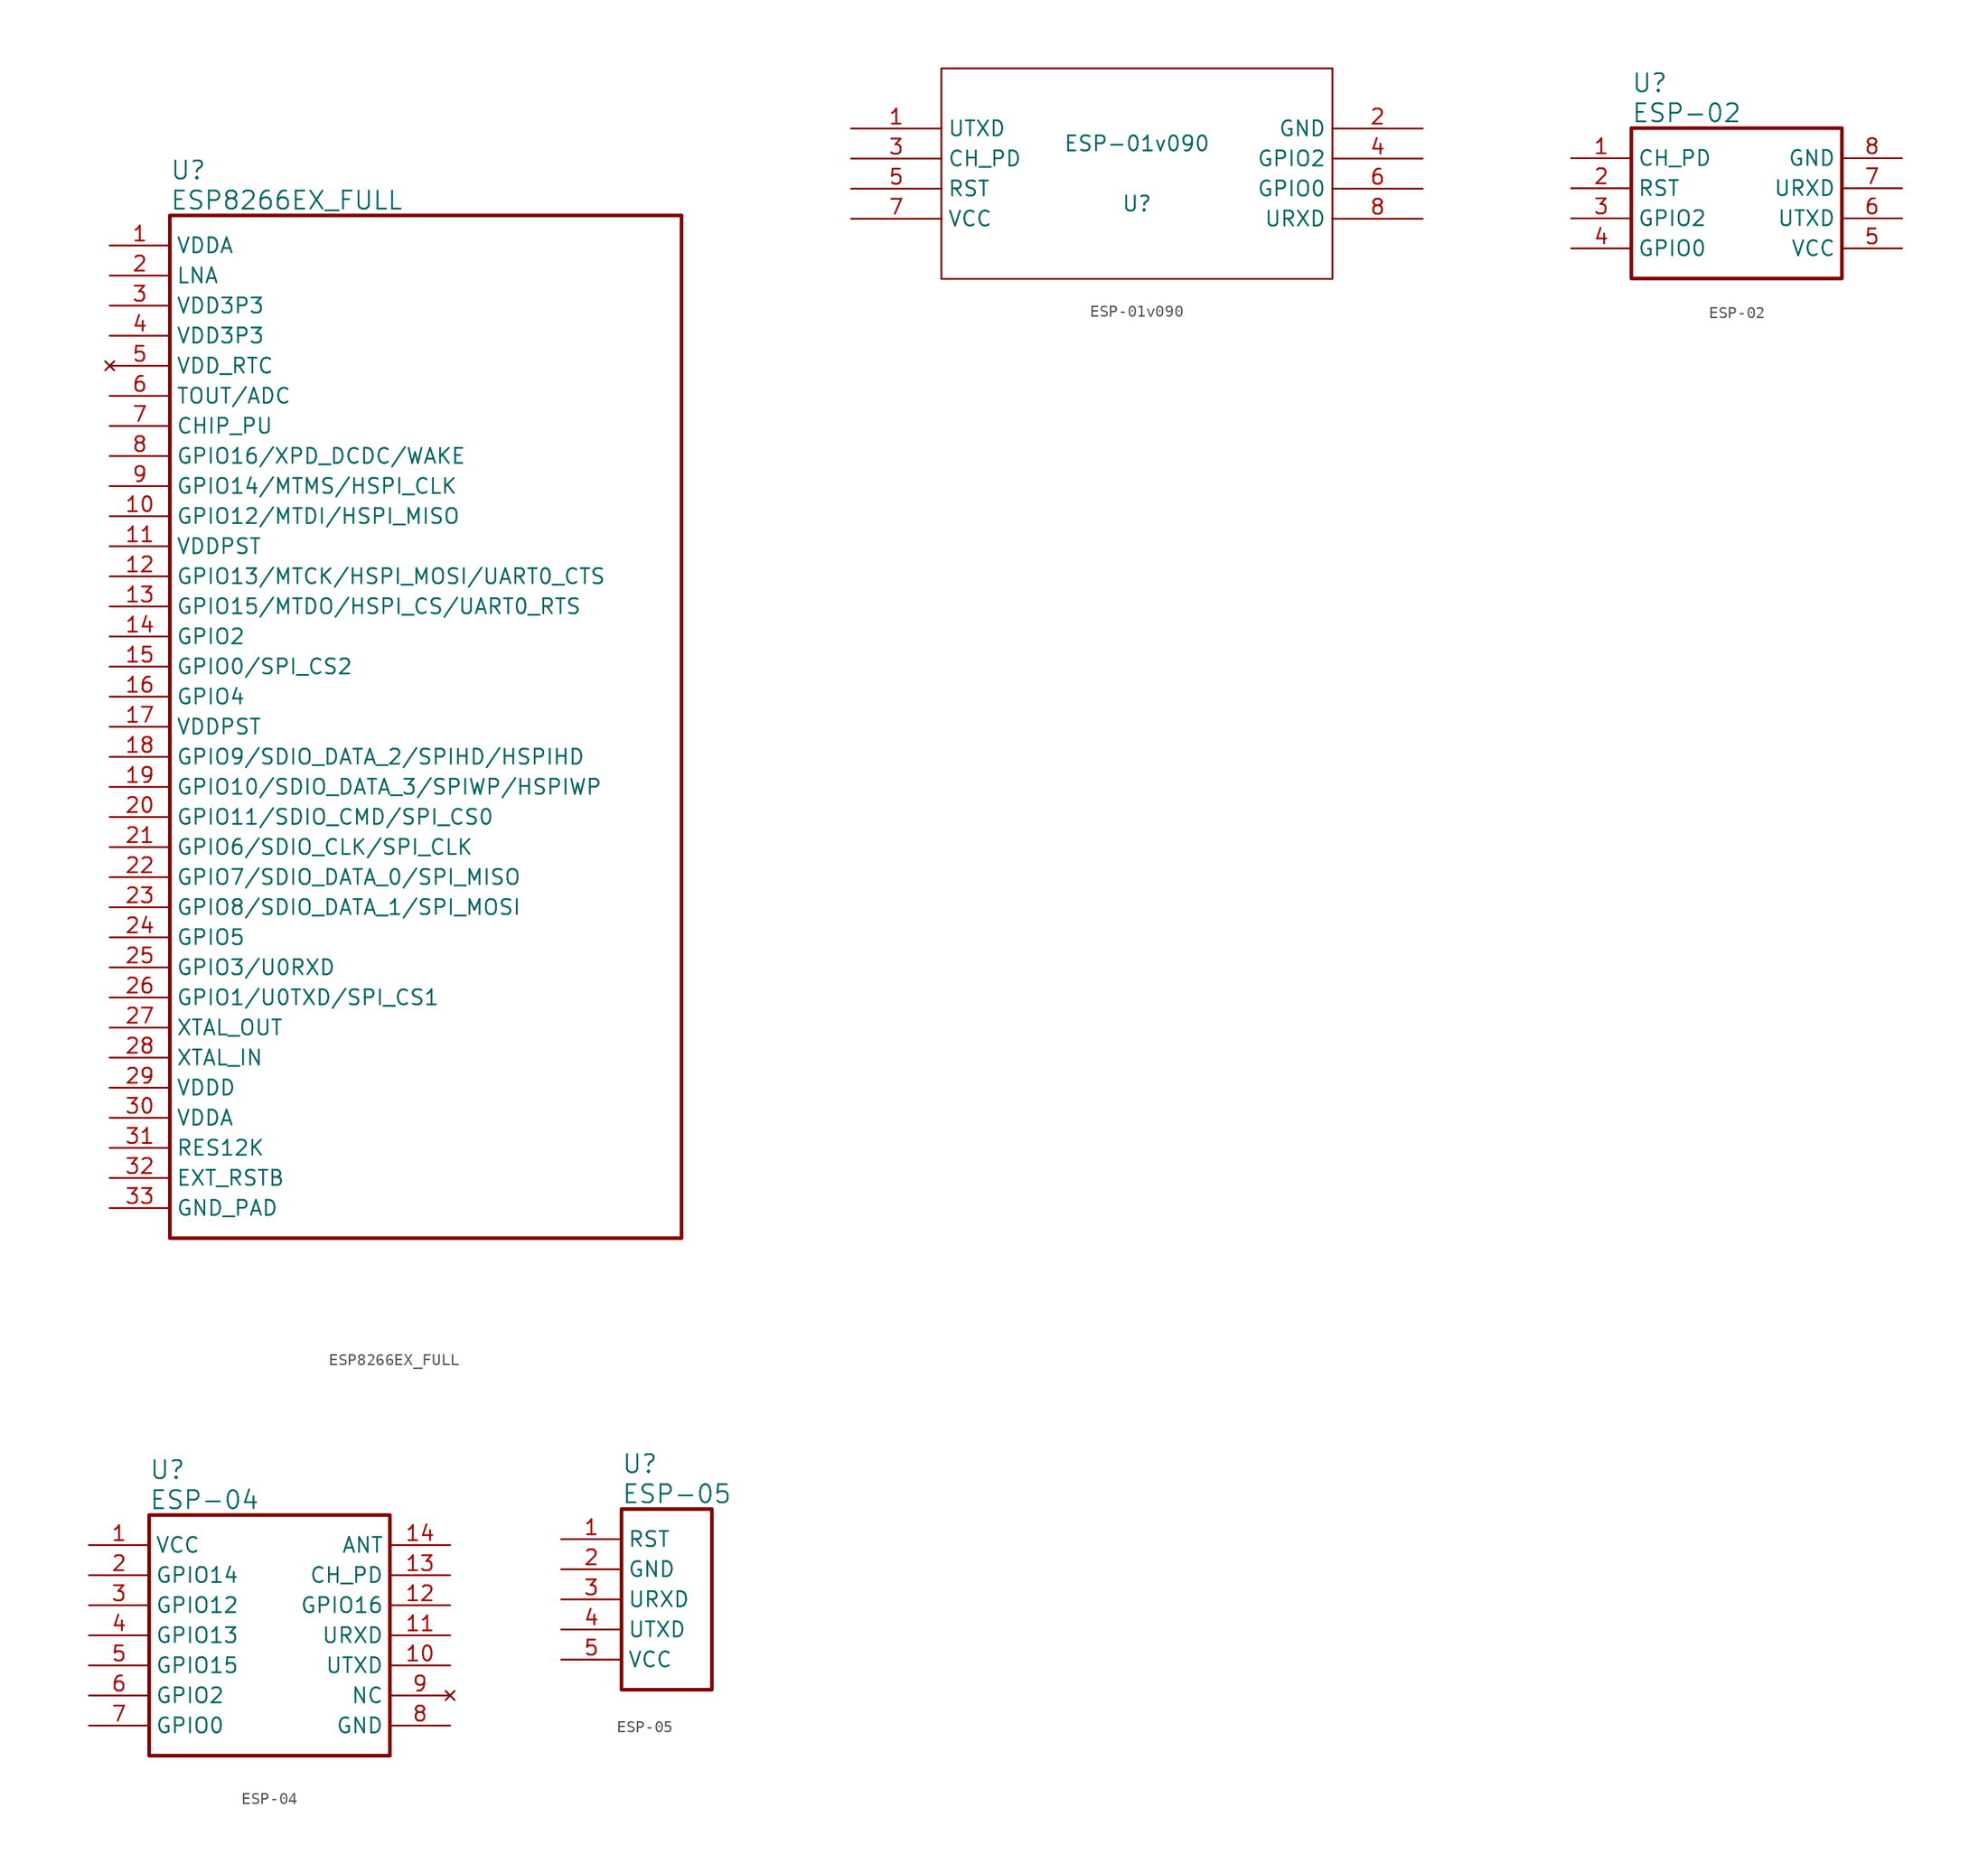
<source format=kicad_sym>
(kicad_symbol_lib
  (version 20220102)
  (generator kicad_symbol_editor)
  (symbol "ESP8266EX_FULL"
    (property "Reference" "U"
      (at 5.08 6.35 0)
      (effects (font (size 1.524 1.524)) (justify left)))
    (property "Value" "ESP8266EX_FULL"
      (at 5.08 3.81 0)
      (effects (font (size 1.524 1.524)) (justify left)))
    (property "ki_locked" ""
      (at 0 0 0)
      (effects (font (size 1.27 1.27))))
    (symbol "ESP8266EX_FULL_1_1"
      (rectangle (start 5.08 2.54) (end 48.26 -83.82) (stroke (width 0.305) (type default)) (fill (type none)))
      (pin power_in line (at 0 0 0) (length 5.08) (name "VDDA" (effects (font (size 1.27 1.27)))) (number "1" (effects (font (size 1.27 1.27)))))
      (pin bidirectional line (at 0 -22.86 0) (length 5.08) (name "GPIO12/MTDI/HSPI_MISO" (effects (font (size 1.27 1.27)))) (number "10" (effects (font (size 1.27 1.27)))))
      (pin power_in line (at 0 -25.4 0) (length 5.08) (name "VDDPST" (effects (font (size 1.27 1.27)))) (number "11" (effects (font (size 1.27 1.27)))))
      (pin bidirectional line (at 0 -27.94 0) (length 5.08) (name "GPIO13/MTCK/HSPI_MOSI/UART0_CTS" (effects (font (size 1.27 1.27)))) (number "12" (effects (font (size 1.27 1.27)))))
      (pin bidirectional line (at 0 -30.48 0) (length 5.08) (name "GPIO15/MTDO/HSPI_CS/UART0_RTS" (effects (font (size 1.27 1.27)))) (number "13" (effects (font (size 1.27 1.27)))))
      (pin bidirectional line (at 0 -33.02 0) (length 5.08) (name "GPIO2" (effects (font (size 1.27 1.27)))) (number "14" (effects (font (size 1.27 1.27)))))
      (pin bidirectional line (at 0 -35.56 0) (length 5.08) (name "GPIO0/SPI_CS2" (effects (font (size 1.27 1.27)))) (number "15" (effects (font (size 1.27 1.27)))))
      (pin bidirectional line (at 0 -38.1 0) (length 5.08) (name "GPIO4" (effects (font (size 1.27 1.27)))) (number "16" (effects (font (size 1.27 1.27)))))
      (pin power_in line (at 0 -40.64 0) (length 5.08) (name "VDDPST" (effects (font (size 1.27 1.27)))) (number "17" (effects (font (size 1.27 1.27)))))
      (pin bidirectional line (at 0 -43.18 0) (length 5.08) (name "GPIO9/SDIO_DATA_2/SPIHD/HSPIHD" (effects (font (size 1.27 1.27)))) (number "18" (effects (font (size 1.27 1.27)))))
      (pin bidirectional line (at 0 -45.72 0) (length 5.08) (name "GPIO10/SDIO_DATA_3/SPIWP/HSPIWP" (effects (font (size 1.27 1.27)))) (number "19" (effects (font (size 1.27 1.27)))))
      (pin passive line (at 0 -2.54 0) (length 5.08) (name "LNA" (effects (font (size 1.27 1.27)))) (number "2" (effects (font (size 1.27 1.27)))))
      (pin bidirectional line (at 0 -48.26 0) (length 5.08) (name "GPIO11/SDIO_CMD/SPI_CS0" (effects (font (size 1.27 1.27)))) (number "20" (effects (font (size 1.27 1.27)))))
      (pin bidirectional line (at 0 -50.8 0) (length 5.08) (name "GPIO6/SDIO_CLK/SPI_CLK" (effects (font (size 1.27 1.27)))) (number "21" (effects (font (size 1.27 1.27)))))
      (pin bidirectional line (at 0 -53.34 0) (length 5.08) (name "GPIO7/SDIO_DATA_0/SPI_MISO" (effects (font (size 1.27 1.27)))) (number "22" (effects (font (size 1.27 1.27)))))
      (pin bidirectional line (at 0 -55.88 0) (length 5.08) (name "GPIO8/SDIO_DATA_1/SPI_MOSI" (effects (font (size 1.27 1.27)))) (number "23" (effects (font (size 1.27 1.27)))))
      (pin bidirectional line (at 0 -58.42 0) (length 5.08) (name "GPIO5" (effects (font (size 1.27 1.27)))) (number "24" (effects (font (size 1.27 1.27)))))
      (pin bidirectional line (at 0 -60.96 0) (length 5.08) (name "GPIO3/U0RXD" (effects (font (size 1.27 1.27)))) (number "25" (effects (font (size 1.27 1.27)))))
      (pin bidirectional line (at 0 -63.5 0) (length 5.08) (name "GPIO1/U0TXD/SPI_CS1" (effects (font (size 1.27 1.27)))) (number "26" (effects (font (size 1.27 1.27)))))
      (pin bidirectional line (at 0 -66.04 0) (length 5.08) (name "XTAL_OUT" (effects (font (size 1.27 1.27)))) (number "27" (effects (font (size 1.27 1.27)))))
      (pin bidirectional line (at 0 -68.58 0) (length 5.08) (name "XTAL_IN" (effects (font (size 1.27 1.27)))) (number "28" (effects (font (size 1.27 1.27)))))
      (pin power_in line (at 0 -71.12 0) (length 5.08) (name "VDDD" (effects (font (size 1.27 1.27)))) (number "29" (effects (font (size 1.27 1.27)))))
      (pin power_in line (at 0 -5.08 0) (length 5.08) (name "VDD3P3" (effects (font (size 1.27 1.27)))) (number "3" (effects (font (size 1.27 1.27)))))
      (pin power_in line (at 0 -73.66 0) (length 5.08) (name "VDDA" (effects (font (size 1.27 1.27)))) (number "30" (effects (font (size 1.27 1.27)))))
      (pin input line (at 0 -76.2 0) (length 5.08) (name "RES12K" (effects (font (size 1.27 1.27)))) (number "31" (effects (font (size 1.27 1.27)))))
      (pin input line (at 0 -78.74 0) (length 5.08) (name "EXT_RSTB" (effects (font (size 1.27 1.27)))) (number "32" (effects (font (size 1.27 1.27)))))
      (pin power_in line (at 0 -81.28 0) (length 5.08) (name "GND_PAD" (effects (font (size 1.27 1.27)))) (number "33" (effects (font (size 1.27 1.27)))))
      (pin power_in line (at 0 -7.62 0) (length 5.08) (name "VDD3P3" (effects (font (size 1.27 1.27)))) (number "4" (effects (font (size 1.27 1.27)))))
      (pin no_connect line (at 0 -10.16 0) (length 5.08) (name "VDD_RTC" (effects (font (size 1.27 1.27)))) (number "5" (effects (font (size 1.27 1.27)))))
      (pin input line (at 0 -12.7 0) (length 5.08) (name "TOUT/ADC" (effects (font (size 1.27 1.27)))) (number "6" (effects (font (size 1.27 1.27)))))
      (pin input line (at 0 -15.24 0) (length 5.08) (name "CHIP_PU" (effects (font (size 1.27 1.27)))) (number "7" (effects (font (size 1.27 1.27)))))
      (pin bidirectional line (at 0 -17.78 0) (length 5.08) (name "GPIO16/XPD_DCDC/WAKE" (effects (font (size 1.27 1.27)))) (number "8" (effects (font (size 1.27 1.27)))))
      (pin bidirectional line (at 0 -20.32 0) (length 5.08) (name "GPIO14/MTMS/HSPI_CLK" (effects (font (size 1.27 1.27)))) (number "9" (effects (font (size 1.27 1.27)))))))
  (symbol "ESP-01v090"
    (property "Reference" "U"
      (at 0 -2.54 0)
      (effects (font (size 1.27 1.27))))
    (property "Value" "ESP-01v090"
      (at 0 2.54 0)
      (effects (font (size 1.27 1.27))))
    (symbol "ESP-01v090_1_0"
      (rectangle (start -16.51 -8.89) (end 16.51 8.89) (stroke (width 0) (type default)) (fill (type none))))
    (symbol "ESP-01v090_1_1"
      (pin output line (at -24.13 3.81 0) (length 7.62) (name "UTXD" (effects (font (size 1.27 1.27)))) (number "1" (effects (font (size 1.27 1.27)))))
      (pin power_in line (at 24.13 3.81 180) (length 7.62) (name "GND" (effects (font (size 1.27 1.27)))) (number "2" (effects (font (size 1.27 1.27)))))
      (pin input line (at -24.13 1.27 0) (length 7.62) (name "CH_PD" (effects (font (size 1.27 1.27)))) (number "3" (effects (font (size 1.27 1.27)))))
      (pin tri_state line (at 24.13 1.27 180) (length 7.62) (name "GPIO2" (effects (font (size 1.27 1.27)))) (number "4" (effects (font (size 1.27 1.27)))))
      (pin input line (at -24.13 -1.27 0) (length 7.62) (name "RST" (effects (font (size 1.27 1.27)))) (number "5" (effects (font (size 1.27 1.27)))))
      (pin tri_state line (at 24.13 -1.27 180) (length 7.62) (name "GPIO0" (effects (font (size 1.27 1.27)))) (number "6" (effects (font (size 1.27 1.27)))))
      (pin power_in line (at -24.13 -3.81 0) (length 7.62) (name "VCC" (effects (font (size 1.27 1.27)))) (number "7" (effects (font (size 1.27 1.27)))))
      (pin input line (at 24.13 -3.81 180) (length 7.62) (name "URXD" (effects (font (size 1.27 1.27)))) (number "8" (effects (font (size 1.27 1.27)))))))
  (symbol "ESP-02"
    (property "Reference" "U"
      (at 5.08 6.35 0)
      (effects (font (size 1.524 1.524)) (justify left)))
    (property "Value" "ESP-02"
      (at 5.08 3.81 0)
      (effects (font (size 1.524 1.524)) (justify left)))
    (property "ki_locked" ""
      (at 0 0 0)
      (effects (font (size 1.27 1.27))))
    (symbol "ESP-02_1_1"
      (rectangle (start 5.08 2.54) (end 22.86 -10.16) (stroke (width 0.305) (type default)) (fill (type none)))
      (pin input line (at 0 0 0) (length 5.08) (name "CH_PD" (effects (font (size 1.27 1.27)))) (number "1" (effects (font (size 1.27 1.27)))))
      (pin input line (at 0 -2.54 0) (length 5.08) (name "RST" (effects (font (size 1.27 1.27)))) (number "2" (effects (font (size 1.27 1.27)))))
      (pin bidirectional line (at 0 -5.08 0) (length 5.08) (name "GPIO2" (effects (font (size 1.27 1.27)))) (number "3" (effects (font (size 1.27 1.27)))))
      (pin bidirectional line (at 0 -7.62 0) (length 5.08) (name "GPIO0" (effects (font (size 1.27 1.27)))) (number "4" (effects (font (size 1.27 1.27)))))
      (pin power_in line (at 27.94 -7.62 180) (length 5.08) (name "VCC" (effects (font (size 1.27 1.27)))) (number "5" (effects (font (size 1.27 1.27)))))
      (pin output line (at 27.94 -5.08 180) (length 5.08) (name "UTXD" (effects (font (size 1.27 1.27)))) (number "6" (effects (font (size 1.27 1.27)))))
      (pin input line (at 27.94 -2.54 180) (length 5.08) (name "URXD" (effects (font (size 1.27 1.27)))) (number "7" (effects (font (size 1.27 1.27)))))
      (pin power_in line (at 27.94 0 180) (length 5.08) (name "GND" (effects (font (size 1.27 1.27)))) (number "8" (effects (font (size 1.27 1.27)))))))
  (symbol "ESP-04"
    (property "Reference" "U"
      (at 5.08 6.35 0)
      (effects (font (size 1.524 1.524)) (justify left)))
    (property "Value" "ESP-04"
      (at 5.08 3.81 0)
      (effects (font (size 1.524 1.524)) (justify left)))
    (property "ki_locked" ""
      (at 0 0 0)
      (effects (font (size 1.27 1.27))))
    (symbol "ESP-04_1_1"
      (rectangle (start 5.08 2.54) (end 25.4 -17.78) (stroke (width 0.305) (type default)) (fill (type none)))
      (pin power_in line (at 0 0 0) (length 5.08) (name "VCC" (effects (font (size 1.27 1.27)))) (number "1" (effects (font (size 1.27 1.27)))))
      (pin output line (at 30.48 -10.16 180) (length 5.08) (name "UTXD" (effects (font (size 1.27 1.27)))) (number "10" (effects (font (size 1.27 1.27)))))
      (pin input line (at 30.48 -7.62 180) (length 5.08) (name "URXD" (effects (font (size 1.27 1.27)))) (number "11" (effects (font (size 1.27 1.27)))))
      (pin bidirectional line (at 30.48 -5.08 180) (length 5.08) (name "GPIO16" (effects (font (size 1.27 1.27)))) (number "12" (effects (font (size 1.27 1.27)))))
      (pin input line (at 30.48 -2.54 180) (length 5.08) (name "CH_PD" (effects (font (size 1.27 1.27)))) (number "13" (effects (font (size 1.27 1.27)))))
      (pin unspecified line (at 30.48 0 180) (length 5.08) (name "ANT" (effects (font (size 1.27 1.27)))) (number "14" (effects (font (size 1.27 1.27)))))
      (pin bidirectional line (at 0 -2.54 0) (length 5.08) (name "GPIO14" (effects (font (size 1.27 1.27)))) (number "2" (effects (font (size 1.27 1.27)))))
      (pin bidirectional line (at 0 -5.08 0) (length 5.08) (name "GPIO12" (effects (font (size 1.27 1.27)))) (number "3" (effects (font (size 1.27 1.27)))))
      (pin bidirectional line (at 0 -7.62 0) (length 5.08) (name "GPIO13" (effects (font (size 1.27 1.27)))) (number "4" (effects (font (size 1.27 1.27)))))
      (pin bidirectional line (at 0 -10.16 0) (length 5.08) (name "GPIO15" (effects (font (size 1.27 1.27)))) (number "5" (effects (font (size 1.27 1.27)))))
      (pin bidirectional line (at 0 -12.7 0) (length 5.08) (name "GPIO2" (effects (font (size 1.27 1.27)))) (number "6" (effects (font (size 1.27 1.27)))))
      (pin bidirectional line (at 0 -15.24 0) (length 5.08) (name "GPIO0" (effects (font (size 1.27 1.27)))) (number "7" (effects (font (size 1.27 1.27)))))
      (pin power_in line (at 30.48 -15.24 180) (length 5.08) (name "GND" (effects (font (size 1.27 1.27)))) (number "8" (effects (font (size 1.27 1.27)))))
      (pin no_connect line (at 30.48 -12.7 180) (length 5.08) (name "NC" (effects (font (size 1.27 1.27)))) (number "9" (effects (font (size 1.27 1.27)))))))
  (symbol "ESP-05"
    (property "Reference" "U"
      (at 5.08 6.35 0)
      (effects (font (size 1.524 1.524)) (justify left)))
    (property "Value" "ESP-05"
      (at 5.08 3.81 0)
      (effects (font (size 1.524 1.524)) (justify left)))
    (property "ki_locked" ""
      (at 0 0 0)
      (effects (font (size 1.27 1.27))))
    (symbol "ESP-05_1_1"
      (rectangle (start 5.08 2.54) (end 12.7 -12.7) (stroke (width 0.305) (type default)) (fill (type none)))
      (pin input line (at 0 0 0) (length 5.08) (name "RST" (effects (font (size 1.27 1.27)))) (number "1" (effects (font (size 1.27 1.27)))))
      (pin power_in line (at 0 -2.54 0) (length 5.08) (name "GND" (effects (font (size 1.27 1.27)))) (number "2" (effects (font (size 1.27 1.27)))))
      (pin input line (at 0 -5.08 0) (length 5.08) (name "URXD" (effects (font (size 1.27 1.27)))) (number "3" (effects (font (size 1.27 1.27)))))
      (pin output line (at 0 -7.62 0) (length 5.08) (name "UTXD" (effects (font (size 1.27 1.27)))) (number "4" (effects (font (size 1.27 1.27)))))
      (pin power_in line (at 0 -10.16 0) (length 5.08) (name "VCC" (effects (font (size 1.27 1.27)))) (number "5" (effects (font (size 1.27 1.27))))))))
</source>
